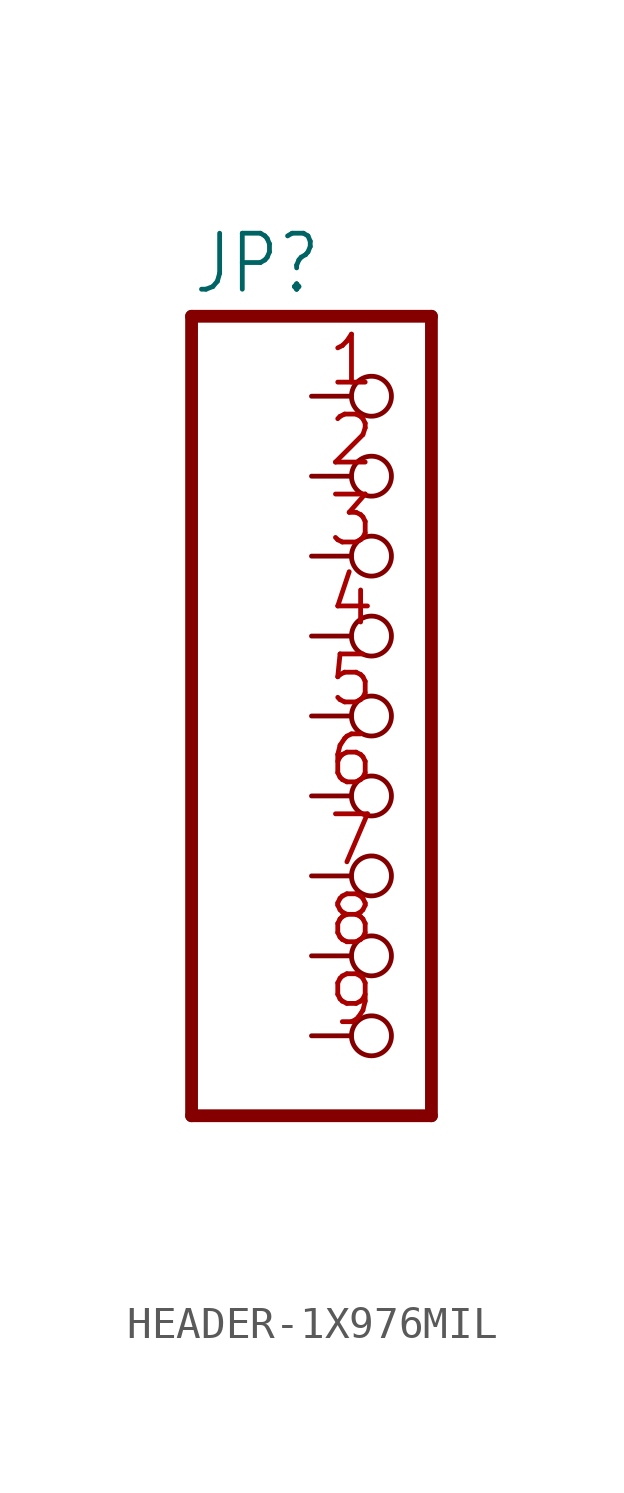
<source format=kicad_sym>
(kicad_symbol_lib
  (version 20241209)
  (generator "kicad_symbol_editor")
  (generator_version "9.0")
  (symbol "HEADER-1X976MIL"
    (property "Reference" "JP"
      (at -6.35 13.335 0)
      (effects (font (size 1.778 1.511)) (justify left bottom)))
    (property "Value" ""
      (at -6.35 -15.24 0)
      (effects (font (size 1.778 1.511)) (justify left bottom)))
    (property "ki_locked" ""
      (at 0 0 0)
      (effects (font (size 1.27 1.27))))
    (symbol "HEADER-1X976MIL_1_0"
      (polyline (pts (xy -6.35 12.7) (xy -6.35 -12.7)) (stroke (width 0.406) (type solid)) (fill (type none)))
      (polyline (pts (xy -6.35 -12.7) (xy 1.27 -12.7)) (stroke (width 0.406) (type solid)) (fill (type none)))
      (polyline (pts (xy 1.27 12.7) (xy -6.35 12.7)) (stroke (width 0.406) (type solid)) (fill (type none)))
      (polyline (pts (xy 1.27 -12.7) (xy 1.27 12.7)) (stroke (width 0.406) (type solid)) (fill (type none)))
      (pin passive inverted (at -2.54 10.16 0) (length 2.54) (name "1" (effects (font (size 0 0)))) (number "1" (effects (font (size 1.524 1.524)))))
      (pin passive inverted (at -2.54 7.62 0) (length 2.54) (name "2" (effects (font (size 0 0)))) (number "2" (effects (font (size 1.524 1.524)))))
      (pin passive inverted (at -2.54 5.08 0) (length 2.54) (name "3" (effects (font (size 0 0)))) (number "3" (effects (font (size 1.524 1.524)))))
      (pin passive inverted (at -2.54 2.54 0) (length 2.54) (name "4" (effects (font (size 0 0)))) (number "4" (effects (font (size 1.524 1.524)))))
      (pin passive inverted (at -2.54 0 0) (length 2.54) (name "5" (effects (font (size 0 0)))) (number "5" (effects (font (size 1.524 1.524)))))
      (pin passive inverted (at -2.54 -2.54 0) (length 2.54) (name "6" (effects (font (size 0 0)))) (number "6" (effects (font (size 1.524 1.524)))))
      (pin passive inverted (at -2.54 -5.08 0) (length 2.54) (name "7" (effects (font (size 0 0)))) (number "7" (effects (font (size 1.524 1.524)))))
      (pin passive inverted (at -2.54 -7.62 0) (length 2.54) (name "8" (effects (font (size 0 0)))) (number "8" (effects (font (size 1.524 1.524)))))
      (pin passive inverted (at -2.54 -10.16 0) (length 2.54) (name "9" (effects (font (size 0 0)))) (number "9" (effects (font (size 1.524 1.524))))))))
</source>
